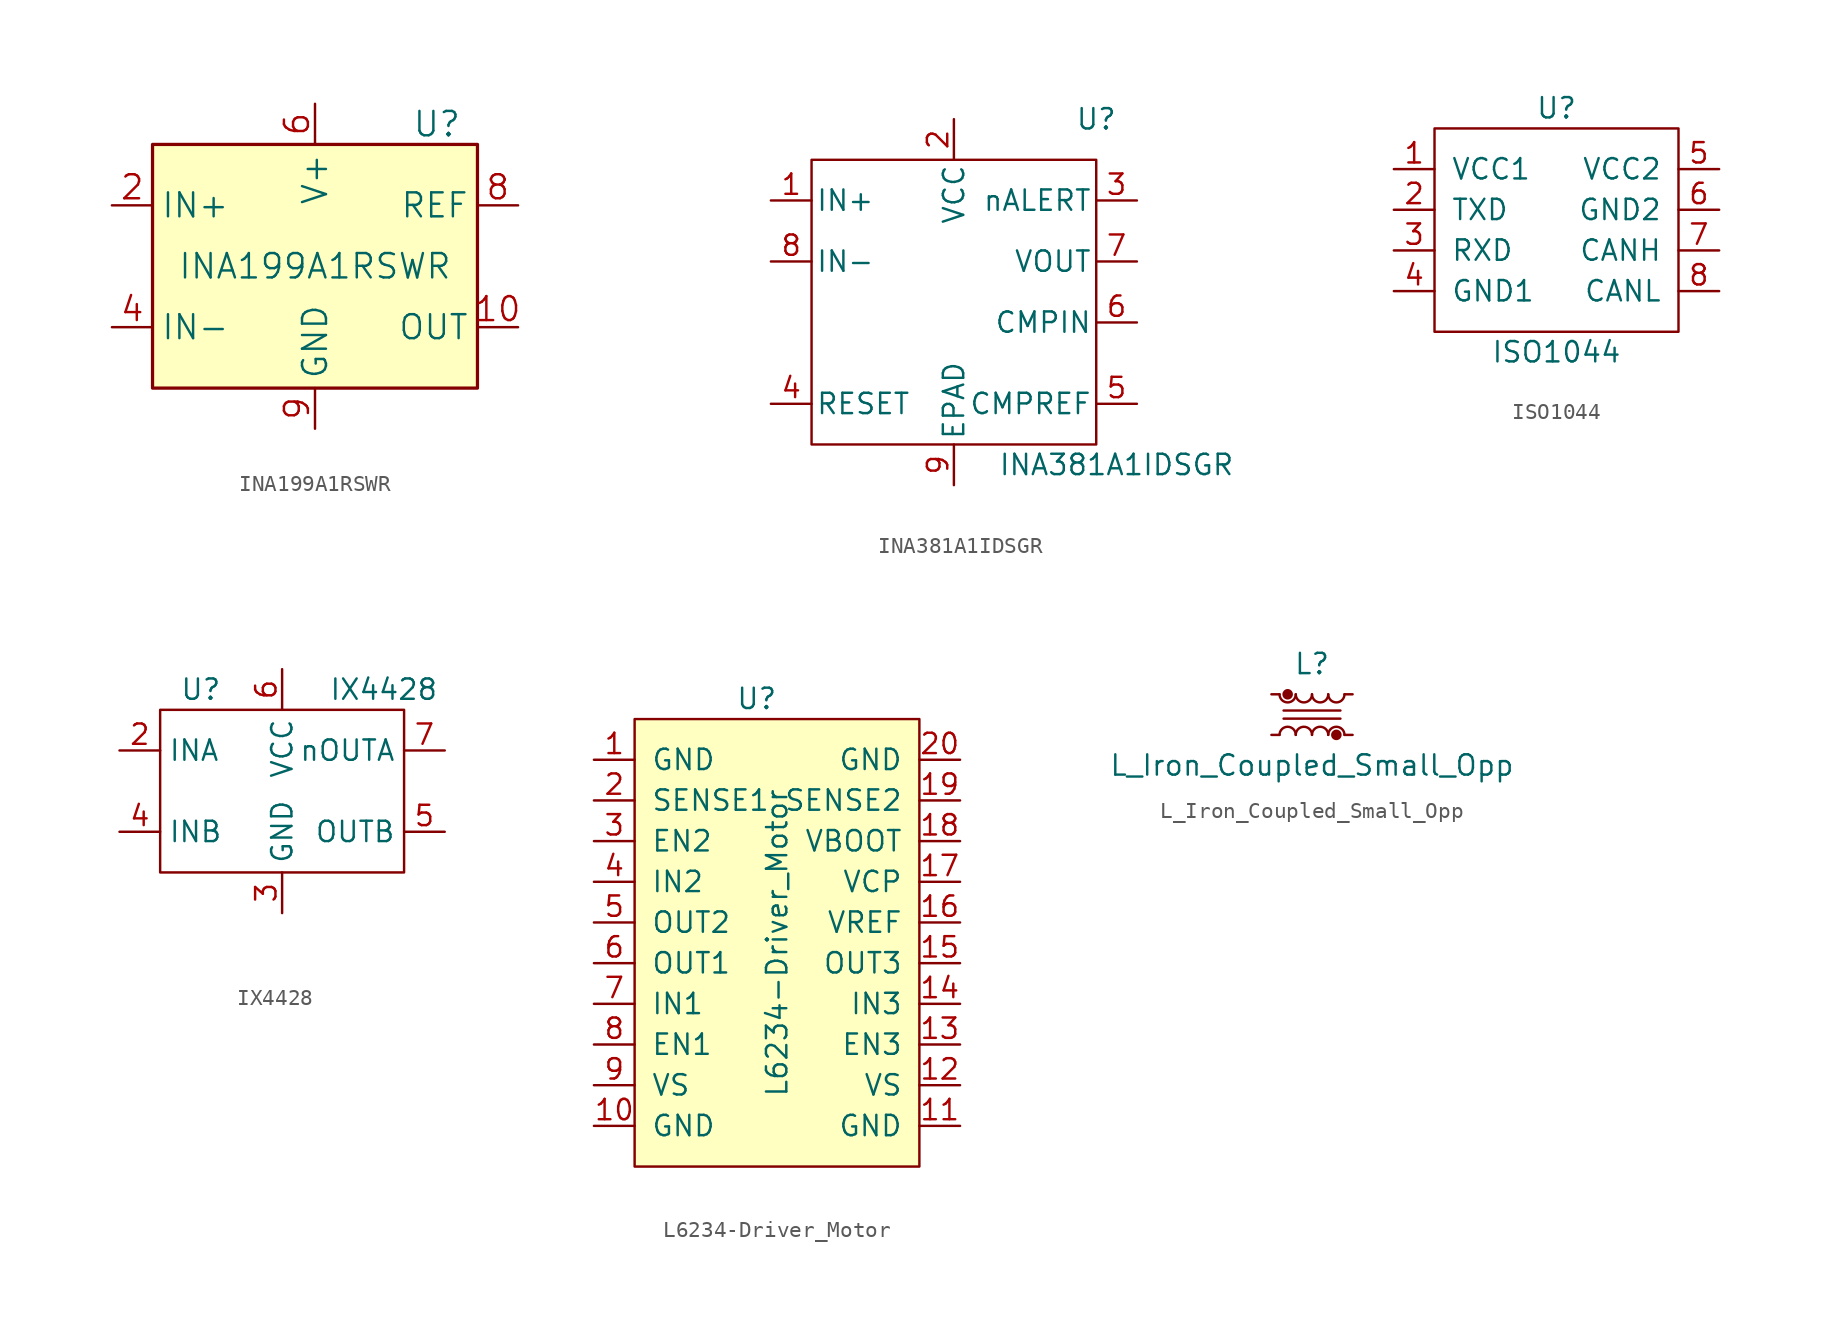
<source format=kicad_sym>
(kicad_symbol_lib
  (version 20231120)
  (generator "kicad_symbol_editor")
  (generator_version "8.0")
  (symbol "INA199A1RSWR"
    (property "Reference" "U"
      (at 7.62 8.89 0)
      (effects (font (size 1.524 1.524))))
    (property "Value" "INA199A1RSWR"
      (at 0 0 0)
      (effects (font (size 1.524 1.524))))
    (property "Datasheet" ""
      (at 0 0 0)
      (effects (font (size 1.524 1.524))))
    (symbol "INA199A1RSWR_1_1"
      (rectangle (start 10.16 -7.62) (end -10.16 7.62) (stroke (width 0.203) (type default)) (fill (type background)))
      (pin output line (at 12.7 -3.81 180) (length 2.54) (name "OUT" (effects (font (size 1.499 1.499)))) (number "10" (effects (font (size 1.499 1.499)))))
      (pin input line (at -12.7 3.81 0) (length 2.54) (name "IN+" (effects (font (size 1.499 1.499)))) (number "2" (effects (font (size 1.499 1.499)))))
      (pin input line (at -12.7 -3.81 0) (length 2.54) (name "IN-" (effects (font (size 1.499 1.499)))) (number "4" (effects (font (size 1.499 1.499)))))
      (pin power_in line (at 0 10.16 270) (length 2.54) (name "V+" (effects (font (size 1.499 1.499)))) (number "6" (effects (font (size 1.499 1.499)))))
      (pin input line (at 12.7 3.81 180) (length 2.54) (name "REF" (effects (font (size 1.499 1.499)))) (number "8" (effects (font (size 1.499 1.499)))))
      (pin power_in line (at 0 -10.16 90) (length 2.54) (name "GND" (effects (font (size 1.499 1.499)))) (number "9" (effects (font (size 1.499 1.499)))))))
  (symbol "INA381A1IDSGR"
    (pin_names
      (offset 0.254))
    (property "Reference" "U"
      (at 8.89 11.43 0)
      (effects (font (size 1.27 1.27))))
    (property "Value" "INA381A1IDSGR"
      (at 10.16 -10.16 0)
      (effects (font (size 1.27 1.27))))
    (property "Datasheet" ""
      (at -16.51 5.08 0)
      (effects (font (size 1.524 1.524))))
    (property "ki_locked" ""
      (at 0 0 0)
      (effects (font (size 1.27 1.27))))
    (symbol "INA381A1IDSGR_1_1"
      (rectangle (start -8.89 8.89) (end 8.89 -8.89) (stroke (width 0) (type default)) (fill (type none)))
      (pin input line (at -11.43 6.35 0) (length 2.54) (name "IN+" (effects (font (size 1.27 1.27)))) (number "1" (effects (font (size 1.27 1.27)))))
      (pin power_in line (at 0 11.43 270) (length 2.54) (name "VCC" (effects (font (size 1.27 1.27)))) (number "2" (effects (font (size 1.27 1.27)))))
      (pin output line (at 11.43 6.35 180) (length 2.54) (name "nALERT" (effects (font (size 1.27 1.27)))) (number "3" (effects (font (size 1.27 1.27)))))
      (pin input line (at -11.43 -6.35 0) (length 2.54) (name "RESET" (effects (font (size 1.27 1.27)))) (number "4" (effects (font (size 1.27 1.27)))))
      (pin input line (at 11.43 -6.35 180) (length 2.54) (name "CMPREF" (effects (font (size 1.27 1.27)))) (number "5" (effects (font (size 1.27 1.27)))))
      (pin input line (at 11.43 -1.27 180) (length 2.54) (name "CMPIN" (effects (font (size 1.27 1.27)))) (number "6" (effects (font (size 1.27 1.27)))))
      (pin output line (at 11.43 2.54 180) (length 2.54) (name "VOUT" (effects (font (size 1.27 1.27)))) (number "7" (effects (font (size 1.27 1.27)))))
      (pin input line (at -11.43 2.54 0) (length 2.54) (name "IN-" (effects (font (size 1.27 1.27)))) (number "8" (effects (font (size 1.27 1.27)))))
      (pin unspecified line (at 0 -11.43 90) (length 2.54) (name "EPAD" (effects (font (size 1.27 1.27)))) (number "9" (effects (font (size 1.27 1.27)))))))
  (symbol "ISO1044"
    (pin_names
      (offset 1.016))
    (property "Reference" "U"
      (at 0 7.62 0)
      (effects (font (size 1.27 1.27))))
    (property "Value" "ISO1044"
      (at 0 -7.62 0)
      (effects (font (size 1.27 1.27))))
    (symbol "ISO1044_0_0"
      (pin power_in line (at -10.16 3.81 0) (length 2.54) (name "VCC1" (effects (font (size 1.27 1.27)))) (number "1" (effects (font (size 1.27 1.27)))))
      (pin bidirectional line (at -10.16 1.27 0) (length 2.54) (name "TXD" (effects (font (size 1.27 1.27)))) (number "2" (effects (font (size 1.27 1.27)))))
      (pin bidirectional line (at -10.16 -1.27 0) (length 2.54) (name "RXD" (effects (font (size 1.27 1.27)))) (number "3" (effects (font (size 1.27 1.27)))))
      (pin power_out line (at -10.16 -3.81 0) (length 2.54) (name "GND1" (effects (font (size 1.27 1.27)))) (number "4" (effects (font (size 1.27 1.27)))))
      (pin power_in line (at 10.16 3.81 180) (length 2.54) (name "VCC2" (effects (font (size 1.27 1.27)))) (number "5" (effects (font (size 1.27 1.27)))))
      (pin power_in line (at 10.16 1.27 180) (length 2.54) (name "GND2" (effects (font (size 1.27 1.27)))) (number "6" (effects (font (size 1.27 1.27)))))
      (pin bidirectional line (at 10.16 -1.27 180) (length 2.54) (name "CANH" (effects (font (size 1.27 1.27)))) (number "7" (effects (font (size 1.27 1.27)))))
      (pin bidirectional line (at 10.16 -3.81 180) (length 2.54) (name "CANL" (effects (font (size 1.27 1.27)))) (number "8" (effects (font (size 1.27 1.27))))))
    (symbol "ISO1044_0_1"
      (rectangle (start -7.62 6.35) (end 7.62 -6.35) (stroke (width 0) (type default)) (fill (type none)))))
  (symbol "IX4428"
    (property "Reference" "U"
      (at -5.08 6.35 0)
      (effects (font (size 1.27 1.27))))
    (property "Value" "IX4428"
      (at 6.35 6.35 0)
      (effects (font (size 1.27 1.27))))
    (symbol "IX4428_0_0"
      (pin no_connect line (at -11.43 -10.16 0) (length 2.54) hide (name "NC" (effects (font (size 1.27 1.27)))) (number "1" (effects (font (size 1.27 1.27)))))
      (pin unspecified line (at -10.16 2.54 0) (length 2.54) (name "INA" (effects (font (size 1.27 1.27)))) (number "2" (effects (font (size 1.27 1.27)))))
      (pin unspecified line (at 0 -7.62 90) (length 2.54) (name "GND" (effects (font (size 1.27 1.27)))) (number "3" (effects (font (size 1.27 1.27)))))
      (pin unspecified line (at -10.16 -2.54 0) (length 2.54) (name "INB" (effects (font (size 1.27 1.27)))) (number "4" (effects (font (size 1.27 1.27)))))
      (pin unspecified line (at 10.16 -2.54 180) (length 2.54) (name "OUTB" (effects (font (size 1.27 1.27)))) (number "5" (effects (font (size 1.27 1.27)))))
      (pin unspecified line (at 0 7.62 270) (length 2.54) (name "VCC" (effects (font (size 1.27 1.27)))) (number "6" (effects (font (size 1.27 1.27)))))
      (pin unspecified line (at 10.16 2.54 180) (length 2.54) (name "nOUTA" (effects (font (size 1.27 1.27)))) (number "7" (effects (font (size 1.27 1.27)))))
      (pin no_connect line (at -11.43 -7.62 0) (length 2.54) hide (name "NC" (effects (font (size 1.27 1.27)))) (number "8" (effects (font (size 1.27 1.27))))))
    (symbol "IX4428_0_1"
      (rectangle (start -7.62 5.08) (end 7.62 -5.08) (stroke (width 0) (type default)) (fill (type none)))))
  (symbol "L6234-Driver_Motor"
    (pin_names
      (offset 1.016))
    (property "Reference" "U"
      (at -1.27 15.24 0)
      (effects (font (size 1.27 1.27))))
    (property "Value" "L6234-Driver_Motor"
      (at 0 0 90)
      (effects (font (size 1.27 1.27))))
    (symbol "L6234-Driver_Motor_0_1"
      (rectangle (start -8.89 13.97) (end 8.89 -13.97) (stroke (width 0) (type default)) (fill (type background))))
    (symbol "L6234-Driver_Motor_1_1"
      (pin power_out line (at -11.43 11.43 0) (length 2.54) (name "GND" (effects (font (size 1.27 1.27)))) (number "1" (effects (font (size 1.27 1.27)))))
      (pin power_out line (at -11.43 -11.43 0) (length 2.54) (name "GND" (effects (font (size 1.27 1.27)))) (number "10" (effects (font (size 1.27 1.27)))))
      (pin power_out line (at 11.43 -11.43 180) (length 2.54) (name "GND" (effects (font (size 1.27 1.27)))) (number "11" (effects (font (size 1.27 1.27)))))
      (pin power_in line (at 11.43 -8.89 180) (length 2.54) (name "VS" (effects (font (size 1.27 1.27)))) (number "12" (effects (font (size 1.27 1.27)))))
      (pin input line (at 11.43 -6.35 180) (length 2.54) (name "EN3" (effects (font (size 1.27 1.27)))) (number "13" (effects (font (size 1.27 1.27)))))
      (pin input line (at 11.43 -3.81 180) (length 2.54) (name "IN3" (effects (font (size 1.27 1.27)))) (number "14" (effects (font (size 1.27 1.27)))))
      (pin output line (at 11.43 -1.27 180) (length 2.54) (name "OUT3" (effects (font (size 1.27 1.27)))) (number "15" (effects (font (size 1.27 1.27)))))
      (pin output line (at 11.43 1.27 180) (length 2.54) (name "VREF" (effects (font (size 1.27 1.27)))) (number "16" (effects (font (size 1.27 1.27)))))
      (pin output line (at 11.43 3.81 180) (length 2.54) (name "VCP" (effects (font (size 1.27 1.27)))) (number "17" (effects (font (size 1.27 1.27)))))
      (pin power_in line (at 11.43 6.35 180) (length 2.54) (name "VBOOT" (effects (font (size 1.27 1.27)))) (number "18" (effects (font (size 1.27 1.27)))))
      (pin output line (at 11.43 8.89 180) (length 2.54) (name "SENSE2" (effects (font (size 1.27 1.27)))) (number "19" (effects (font (size 1.27 1.27)))))
      (pin output line (at -11.43 8.89 0) (length 2.54) (name "SENSE1" (effects (font (size 1.27 1.27)))) (number "2" (effects (font (size 1.27 1.27)))))
      (pin power_out line (at 11.43 11.43 180) (length 2.54) (name "GND" (effects (font (size 1.27 1.27)))) (number "20" (effects (font (size 1.27 1.27)))))
      (pin input line (at -11.43 6.35 0) (length 2.54) (name "EN2" (effects (font (size 1.27 1.27)))) (number "3" (effects (font (size 1.27 1.27)))))
      (pin input line (at -11.43 3.81 0) (length 2.54) (name "IN2" (effects (font (size 1.27 1.27)))) (number "4" (effects (font (size 1.27 1.27)))))
      (pin output line (at -11.43 1.27 0) (length 2.54) (name "OUT2" (effects (font (size 1.27 1.27)))) (number "5" (effects (font (size 1.27 1.27)))))
      (pin output line (at -11.43 -1.27 0) (length 2.54) (name "OUT1" (effects (font (size 1.27 1.27)))) (number "6" (effects (font (size 1.27 1.27)))))
      (pin input line (at -11.43 -3.81 0) (length 2.54) (name "IN1" (effects (font (size 1.27 1.27)))) (number "7" (effects (font (size 1.27 1.27)))))
      (pin input line (at -11.43 -6.35 0) (length 2.54) (name "EN1" (effects (font (size 1.27 1.27)))) (number "8" (effects (font (size 1.27 1.27)))))
      (pin power_in line (at -11.43 -8.89 0) (length 2.54) (name "VS" (effects (font (size 1.27 1.27)))) (number "9" (effects (font (size 1.27 1.27)))))))
  (symbol "L_Iron_Coupled_Small_Opp"
    (pin_numbers hide)
    (pin_names
      (offset 0.254) hide)
    (property "Reference" "L"
      (at 0 3.175 0)
      (effects (font (size 1.27 1.27))))
    (property "Value" "L_Iron_Coupled_Small_Opp"
      (at 0 -3.175 0)
      (effects (font (size 1.27 1.27))))
    (symbol "L_Iron_Coupled_Small_Opp_0_1"
      (arc (start -2.032 1.27) (mid -1.524 0.7642) (end -1.016 1.27) (stroke (width 0) (type default)) (fill (type none)))
      (circle (center -1.524 1.27) (radius 0.254) (stroke (width 0) (type default)) (fill (type outline)))
      (arc (start -1.016 -1.27) (mid -1.524 -0.7642) (end -2.032 -1.27) (stroke (width 0) (type default)) (fill (type none)))
      (arc (start -1.016 1.27) (mid -0.508 0.7642) (end 0 1.27) (stroke (width 0) (type default)) (fill (type none)))
      (arc (start 0 -1.27) (mid -0.508 -0.7642) (end -1.016 -1.27) (stroke (width 0) (type default)) (fill (type none)))
      (polyline (pts (xy 1.778 -0.254) (xy -1.778 -0.254)) (stroke (width 0) (type default)) (fill (type none)))
      (polyline (pts (xy 1.778 0.254) (xy -1.778 0.254)) (stroke (width 0) (type default)) (fill (type none)))
      (arc (start 0 1.27) (mid 0.508 0.7642) (end 1.016 1.27) (stroke (width 0) (type default)) (fill (type none)))
      (arc (start 1.016 -1.27) (mid 0.508 -0.7642) (end 0 -1.27) (stroke (width 0) (type default)) (fill (type none)))
      (arc (start 1.016 1.27) (mid 1.524 0.7642) (end 2.032 1.27) (stroke (width 0) (type default)) (fill (type none)))
      (circle (center 1.524 -1.27) (radius 0.254) (stroke (width 0) (type default)) (fill (type outline)))
      (arc (start 2.032 -1.27) (mid 1.524 -0.7642) (end 1.016 -1.27) (stroke (width 0) (type default)) (fill (type none))))
    (symbol "L_Iron_Coupled_Small_Opp_1_1"
      (pin passive line (at -2.54 1.27 0) (length 0.508) (name "1" (effects (font (size 1.27 1.27)))) (number "1" (effects (font (size 1.27 1.27)))))
      (pin passive line (at 2.54 1.27 180) (length 0.508) (name "2" (effects (font (size 1.27 1.27)))) (number "2" (effects (font (size 1.27 1.27)))))
      (pin passive line (at 2.54 -1.27 180) (length 0.508) (name "3" (effects (font (size 1.27 1.27)))) (number "3" (effects (font (size 1.27 1.27)))))
      (pin passive line (at -2.54 -1.27 0) (length 0.508) (name "4" (effects (font (size 1.27 1.27)))) (number "4" (effects (font (size 1.27 1.27))))))))
</source>
